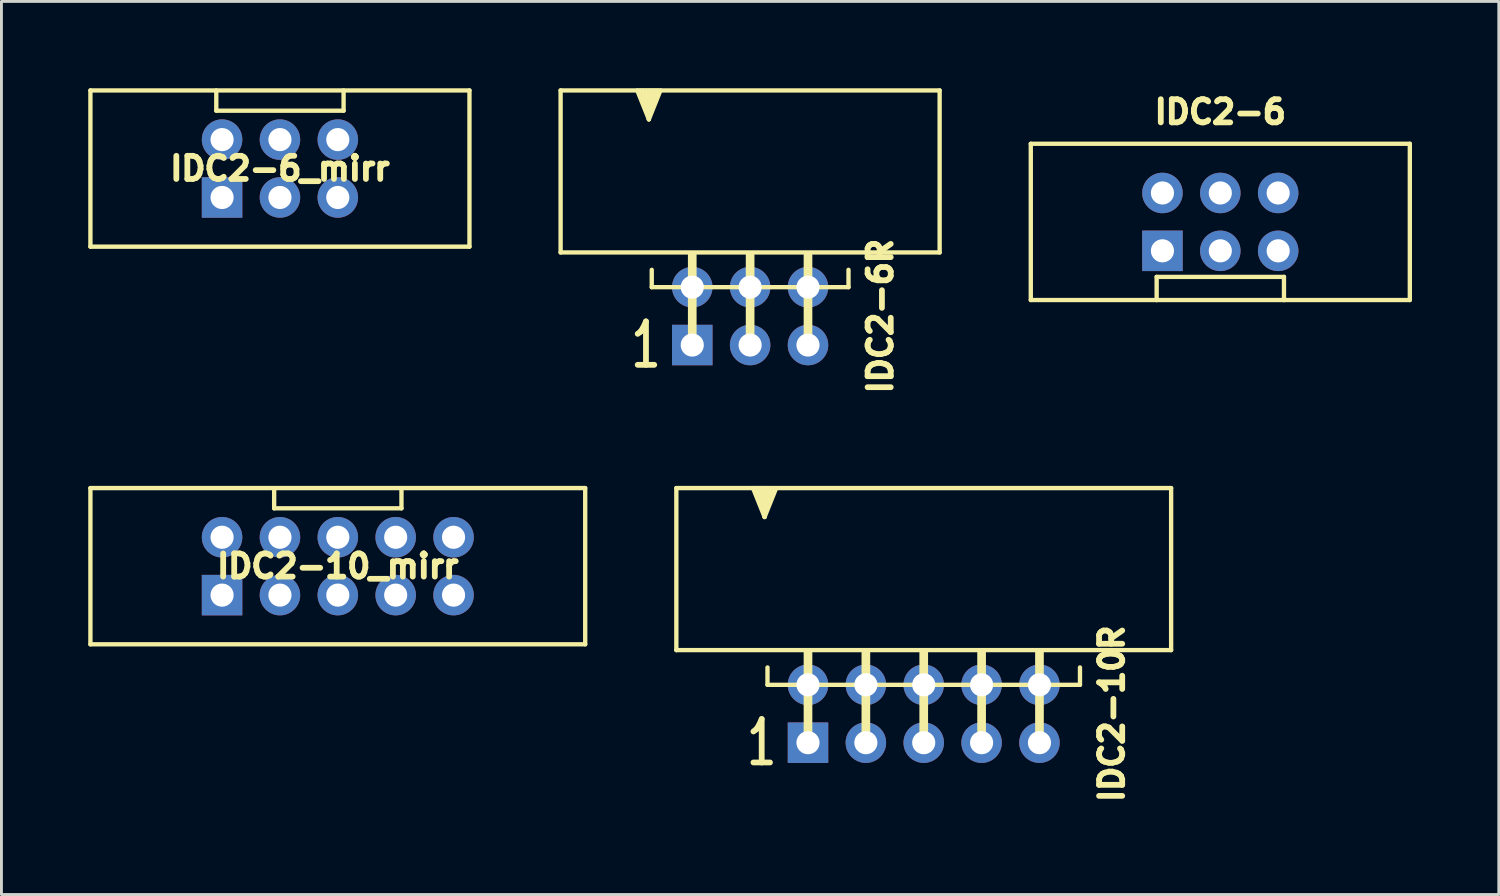
<source format=kicad_pcb>
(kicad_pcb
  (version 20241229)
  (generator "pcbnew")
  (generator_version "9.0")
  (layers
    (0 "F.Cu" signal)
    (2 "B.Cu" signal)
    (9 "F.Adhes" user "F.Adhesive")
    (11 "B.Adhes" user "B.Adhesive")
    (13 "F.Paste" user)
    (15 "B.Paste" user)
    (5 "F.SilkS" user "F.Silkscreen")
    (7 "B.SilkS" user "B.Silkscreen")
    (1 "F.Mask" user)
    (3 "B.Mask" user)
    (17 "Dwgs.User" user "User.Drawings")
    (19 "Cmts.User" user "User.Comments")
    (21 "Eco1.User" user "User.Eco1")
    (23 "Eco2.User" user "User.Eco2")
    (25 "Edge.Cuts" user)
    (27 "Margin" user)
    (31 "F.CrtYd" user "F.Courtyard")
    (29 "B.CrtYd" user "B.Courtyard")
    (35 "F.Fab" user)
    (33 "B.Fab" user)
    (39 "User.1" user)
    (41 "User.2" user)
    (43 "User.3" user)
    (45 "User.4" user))
  (footprint "IDC2-6R"
    (layer "F.Cu")
    (at 22.875 7.875)
    (property "Reference" "IDC2-6R" (at 4.5 0 90) (layer "F.SilkS") (effects (font (size 0.8 0.8) (thickness 0.2))))
    (attr through_hole)
    (fp_line (start -6.55 -2.2) (end -6.55 -7.8) (stroke (width 0.15) (type solid)) (layer "F.SilkS"))
    (fp_line (start -3.8 -7.8) (end -3.5 -7.1) (stroke (width 0.15) (type solid)) (layer "F.SilkS"))
    (fp_line (start -3.6 -7.8) (end -3.5 -7.6) (stroke (width 0.15) (type solid)) (layer "F.SilkS"))
    (fp_line (start -3.5 -7.6) (end -3.4 -7.8) (stroke (width 0.15) (type solid)) (layer "F.SilkS"))
    (fp_line (start -3.5 -7.4) (end -3.7 -7.8) (stroke (width 0.15) (type solid)) (layer "F.SilkS"))
    (fp_line (start -3.5 -7.1) (end -3.2 -7.8) (stroke (width 0.15) (type solid)) (layer "F.SilkS"))
    (fp_line (start -3.5 -6.8) (end -3.9 -7.8) (stroke (width 0.15) (type solid)) (layer "F.SilkS"))
    (fp_line (start -3.5 -6.8) (end -3.5 -7.8) (stroke (width 0.15) (type solid)) (layer "F.SilkS"))
    (fp_line (start -3.5 -6.8) (end -3.1 -7.8) (stroke (width 0.15) (type solid)) (layer "F.SilkS"))
    (fp_line (start -3.4 -1) (end -3.4 -1.6) (stroke (width 0.15) (type default)) (layer "F.SilkS"))
    (fp_line (start -3.3 -7.8) (end -3.5 -7.4) (stroke (width 0.15) (type solid)) (layer "F.SilkS"))
    (fp_line (start -2 1) (end -2 -2.1) (stroke (width 0.3) (type solid)) (layer "F.SilkS"))
    (fp_line (start 0 -2.1) (end 0 1) (stroke (width 0.3) (type solid)) (layer "F.SilkS"))
    (fp_line (start 2 1) (end 2 -2.1) (stroke (width 0.3) (type solid)) (layer "F.SilkS"))
    (fp_line (start 3.4 -1) (end -3.4 -1) (stroke (width 0.15) (type default)) (layer "F.SilkS"))
    (fp_line (start 3.4 -1) (end 3.4 -1.6) (stroke (width 0.15) (type default)) (layer "F.SilkS"))
    (fp_line (start 6.55 -7.8) (end -6.55 -7.8) (stroke (width 0.15) (type solid)) (layer "F.SilkS"))
    (fp_line (start 6.55 -2.2) (end -6.55 -2.2) (stroke (width 0.15) (type solid)) (layer "F.SilkS"))
    (fp_line (start 6.55 -2.2) (end 6.55 -7.8) (stroke (width 0.15) (type solid)) (layer "F.SilkS"))
    (fp_text user "1" (at -3.6 1 0) (layer "F.SilkS") (effects (font (size 1.5 1) (thickness 0.2))))
    (pad "1" thru_hole rect (at -2 1) (size 1.4 1.4) (drill 0.8) (layers "*.Cu" "*.Mask"))
    (pad "2" thru_hole circle (at -2 -1) (size 1.4 1.4) (drill 0.8) (layers "*.Cu" "*.Mask"))
    (pad "3" thru_hole circle (at 0 1) (size 1.4 1.4) (drill 0.8) (layers "*.Cu" "*.Mask"))
    (pad "4" thru_hole circle (at 0 -1) (size 1.4 1.4) (drill 0.8) (layers "*.Cu" "*.Mask"))
    (pad "5" thru_hole circle (at 2 1) (size 1.4 1.4) (drill 0.8) (layers "*.Cu" "*.Mask"))
    (pad "6" thru_hole circle (at 2 -1) (size 1.4 1.4) (drill 0.8) (layers "*.Cu" "*.Mask")))
  (footprint "IDC2-6_mirr"
    (layer "F.Cu")
    (at 6.625 2.775)
    (property "Reference" "IDC2-6_mirr" (at 0 0 0) (layer "F.SilkS") (effects (font (size 0.8 0.8) (thickness 0.2))))
    (attr through_hole)
    (fp_line (start -6.55 2.7) (end -6.55 -2.7) (stroke (width 0.15) (type solid)) (layer "F.SilkS"))
    (fp_line (start -2.2 -2) (end -2.2 -2.7) (stroke (width 0.15) (type solid)) (layer "F.SilkS"))
    (fp_line (start 2.2 -2) (end -2.2 -2) (stroke (width 0.15) (type solid)) (layer "F.SilkS"))
    (fp_line (start 2.2 -2) (end 2.2 -2.7) (stroke (width 0.15) (type solid)) (layer "F.SilkS"))
    (fp_line (start 6.55 -2.7) (end -6.55 -2.7) (stroke (width 0.15) (type solid)) (layer "F.SilkS"))
    (fp_line (start 6.55 2.7) (end -6.55 2.7) (stroke (width 0.15) (type solid)) (layer "F.SilkS"))
    (fp_line (start 6.55 2.7) (end 6.55 -2.7) (stroke (width 0.15) (type solid)) (layer "F.SilkS"))
    (pad "1" thru_hole rect (at -2 1) (size 1.4 1.4) (drill 0.8) (layers "*.Cu" "*.Mask"))
    (pad "2" thru_hole circle (at -2 -1) (size 1.4 1.4) (drill 0.8) (layers "*.Cu" "*.Mask"))
    (pad "3" thru_hole circle (at 0 1) (size 1.4 1.4) (drill 0.8) (layers "*.Cu" "*.Mask"))
    (pad "4" thru_hole circle (at 0 -1) (size 1.4 1.4) (drill 0.8) (layers "*.Cu" "*.Mask"))
    (pad "5" thru_hole circle (at 2 1) (size 1.4 1.4) (drill 0.8) (layers "*.Cu" "*.Mask"))
    (pad "6" thru_hole circle (at 2 -1) (size 1.4 1.4) (drill 0.8) (layers "*.Cu" "*.Mask")))
  (footprint "IDC2-6"
    (layer "F.Cu")
    (at 39.125 4.619)
    (property "Reference" "IDC2-6" (at 0 -3.8 0) (layer "F.SilkS") (effects (font (size 0.8 0.8) (thickness 0.2))))
    (attr through_hole)
    (fp_line (start -6.55 2.7) (end -6.55 -2.7) (stroke (width 0.15) (type solid)) (layer "F.SilkS"))
    (fp_line (start -6.55 2.7) (end -2.2 2.7) (stroke (width 0.15) (type solid)) (layer "F.SilkS"))
    (fp_line (start -2.2 1.9) (end -2.2 2.7) (stroke (width 0.15) (type solid)) (layer "F.SilkS"))
    (fp_line (start 2.2 1.9) (end -2.2 1.9) (stroke (width 0.15) (type solid)) (layer "F.SilkS"))
    (fp_line (start 2.2 1.9) (end 2.2 2.7) (stroke (width 0.15) (type solid)) (layer "F.SilkS"))
    (fp_line (start 2.2 2.7) (end -2.2 2.7) (stroke (width 0.15) (type solid)) (layer "F.SilkS"))
    (fp_line (start 6.55 -2.7) (end -6.55 -2.7) (stroke (width 0.15) (type solid)) (layer "F.SilkS"))
    (fp_line (start 6.55 2.7) (end 2.2 2.7) (stroke (width 0.15) (type solid)) (layer "F.SilkS"))
    (fp_line (start 6.55 2.7) (end 6.55 -2.7) (stroke (width 0.15) (type solid)) (layer "F.SilkS"))
    (pad "1" thru_hole rect (at -2 1) (size 1.4 1.4) (drill 0.8) (layers "*.Cu" "*.Mask"))
    (pad "2" thru_hole circle (at -2 -1) (size 1.4 1.4) (drill 0.8) (layers "*.Cu" "*.Mask"))
    (pad "3" thru_hole circle (at 0 1) (size 1.4 1.4) (drill 0.8) (layers "*.Cu" "*.Mask"))
    (pad "4" thru_hole circle (at 0 -1) (size 1.4 1.4) (drill 0.8) (layers "*.Cu" "*.Mask"))
    (pad "5" thru_hole circle (at 2 1) (size 1.4 1.4) (drill 0.8) (layers "*.Cu" "*.Mask"))
    (pad "6" thru_hole circle (at 2 -1) (size 1.4 1.4) (drill 0.8) (layers "*.Cu" "*.Mask")))
  (footprint "IDC2-10R"
    (layer "F.Cu")
    (at 28.875 21.618)
    (property "Reference" "IDC2-10R" (at 6.5 0 90) (layer "F.SilkS") (effects (font (size 0.8 0.8) (thickness 0.2))))
    (attr through_hole)
    (fp_line (start -8.55 -2.2) (end -8.55 -7.8) (stroke (width 0.15) (type solid)) (layer "F.SilkS"))
    (fp_line (start -5.8 -7.8) (end -5.5 -7.1) (stroke (width 0.15) (type solid)) (layer "F.SilkS"))
    (fp_line (start -5.6 -7.8) (end -5.5 -7.6) (stroke (width 0.15) (type solid)) (layer "F.SilkS"))
    (fp_line (start -5.5 -7.6) (end -5.4 -7.8) (stroke (width 0.15) (type solid)) (layer "F.SilkS"))
    (fp_line (start -5.5 -7.4) (end -5.7 -7.8) (stroke (width 0.15) (type solid)) (layer "F.SilkS"))
    (fp_line (start -5.5 -7.1) (end -5.2 -7.8) (stroke (width 0.15) (type solid)) (layer "F.SilkS"))
    (fp_line (start -5.5 -6.8) (end -5.9 -7.8) (stroke (width 0.15) (type solid)) (layer "F.SilkS"))
    (fp_line (start -5.5 -6.8) (end -5.5 -7.8) (stroke (width 0.15) (type solid)) (layer "F.SilkS"))
    (fp_line (start -5.5 -6.8) (end -5.1 -7.8) (stroke (width 0.15) (type solid)) (layer "F.SilkS"))
    (fp_line (start -5.4 -1) (end -5.4 -1.6) (stroke (width 0.15) (type default)) (layer "F.SilkS"))
    (fp_line (start -5.3 -7.8) (end -5.5 -7.4) (stroke (width 0.15) (type solid)) (layer "F.SilkS"))
    (fp_line (start -4 1) (end -4 -2.1) (stroke (width 0.3) (type solid)) (layer "F.SilkS"))
    (fp_line (start -2 -2.1) (end -2 1) (stroke (width 0.3) (type solid)) (layer "F.SilkS"))
    (fp_line (start 0 1) (end 0 -2.1) (stroke (width 0.3) (type solid)) (layer "F.SilkS"))
    (fp_line (start 2 1) (end 2 -2.1) (stroke (width 0.3) (type solid)) (layer "F.SilkS"))
    (fp_line (start 4 1) (end 4 -2.1) (stroke (width 0.3) (type solid)) (layer "F.SilkS"))
    (fp_line (start 5.4 -1) (end -5.4 -1) (stroke (width 0.15) (type default)) (layer "F.SilkS"))
    (fp_line (start 5.4 -1) (end 5.4 -1.6) (stroke (width 0.15) (type default)) (layer "F.SilkS"))
    (fp_line (start 8.55 -7.8) (end -8.55 -7.8) (stroke (width 0.15) (type solid)) (layer "F.SilkS"))
    (fp_line (start 8.55 -2.2) (end -8.55 -2.2) (stroke (width 0.15) (type solid)) (layer "F.SilkS"))
    (fp_line (start 8.55 -2.2) (end 8.55 -7.8) (stroke (width 0.15) (type solid)) (layer "F.SilkS"))
    (fp_text user "1" (at -5.6 1 0) (layer "F.SilkS") (effects (font (size 1.5 1) (thickness 0.2))))
    (pad "1" thru_hole rect (at -4 1) (size 1.4 1.4) (drill 0.8) (layers "*.Cu" "*.Mask"))
    (pad "2" thru_hole circle (at -4 -1) (size 1.4 1.4) (drill 0.8) (layers "*.Cu" "*.Mask"))
    (pad "3" thru_hole circle (at -2 1) (size 1.4 1.4) (drill 0.8) (layers "*.Cu" "*.Mask"))
    (pad "4" thru_hole circle (at -2 -1) (size 1.4 1.4) (drill 0.8) (layers "*.Cu" "*.Mask"))
    (pad "5" thru_hole circle (at 0 1) (size 1.4 1.4) (drill 0.8) (layers "*.Cu" "*.Mask"))
    (pad "6" thru_hole circle (at 0 -1) (size 1.4 1.4) (drill 0.8) (layers "*.Cu" "*.Mask"))
    (pad "7" thru_hole circle (at 2 1) (size 1.4 1.4) (drill 0.8) (layers "*.Cu" "*.Mask"))
    (pad "8" thru_hole circle (at 2 -1) (size 1.4 1.4) (drill 0.8) (layers "*.Cu" "*.Mask"))
    (pad "9" thru_hole circle (at 4 1) (size 1.4 1.4) (drill 0.8) (layers "*.Cu" "*.Mask"))
    (pad "10" thru_hole circle (at 4 -1) (size 1.4 1.4) (drill 0.8) (layers "*.Cu" "*.Mask")))
  (footprint "IDC2-10_mirr"
    (layer "F.Cu")
    (at 8.625 16.518)
    (property "Reference" "IDC2-10_mirr" (at 0 0 0) (layer "F.SilkS") (effects (font (size 0.8 0.8) (thickness 0.2))))
    (attr through_hole)
    (fp_line (start -8.55 2.7) (end -8.55 -2.7) (stroke (width 0.15) (type solid)) (layer "F.SilkS"))
    (fp_line (start -8.55 2.7) (end 8.55 2.7) (stroke (width 0.15) (type solid)) (layer "F.SilkS"))
    (fp_line (start -2.2 -2) (end -2.2 -2.7) (stroke (width 0.15) (type solid)) (layer "F.SilkS"))
    (fp_line (start 2.2 -2) (end -2.2 -2) (stroke (width 0.15) (type solid)) (layer "F.SilkS"))
    (fp_line (start 2.2 -2) (end 2.2 -2.7) (stroke (width 0.15) (type solid)) (layer "F.SilkS"))
    (fp_line (start 8.55 -2.7) (end -8.55 -2.7) (stroke (width 0.15) (type solid)) (layer "F.SilkS"))
    (fp_line (start 8.55 2.7) (end 8.55 -2.7) (stroke (width 0.15) (type solid)) (layer "F.SilkS"))
    (pad "1" thru_hole rect (at -4 1) (size 1.4 1.4) (drill 0.8) (layers "*.Cu" "*.Mask"))
    (pad "2" thru_hole circle (at -4 -1) (size 1.4 1.4) (drill 0.8) (layers "*.Cu" "*.Mask"))
    (pad "3" thru_hole circle (at -2 1) (size 1.4 1.4) (drill 0.8) (layers "*.Cu" "*.Mask"))
    (pad "4" thru_hole circle (at -2 -1) (size 1.4 1.4) (drill 0.8) (layers "*.Cu" "*.Mask"))
    (pad "5" thru_hole circle (at 0 1) (size 1.4 1.4) (drill 0.8) (layers "*.Cu" "*.Mask"))
    (pad "6" thru_hole circle (at 0 -1) (size 1.4 1.4) (drill 0.8) (layers "*.Cu" "*.Mask"))
    (pad "7" thru_hole circle (at 2 1) (size 1.4 1.4) (drill 0.8) (layers "*.Cu" "*.Mask"))
    (pad "8" thru_hole circle (at 2 -1) (size 1.4 1.4) (drill 0.8) (layers "*.Cu" "*.Mask"))
    (pad "9" thru_hole circle (at 4 1) (size 1.4 1.4) (drill 0.8) (layers "*.Cu" "*.Mask"))
    (pad "10" thru_hole circle (at 4 -1) (size 1.4 1.4) (drill 0.8) (layers "*.Cu" "*.Mask")))
  (gr_rect
    (start -3 -3)
    (end 48.75 27.866)
    (stroke (width 0.1) (type default))
    (fill no)
    (layer "Edge.Cuts")))
</source>
